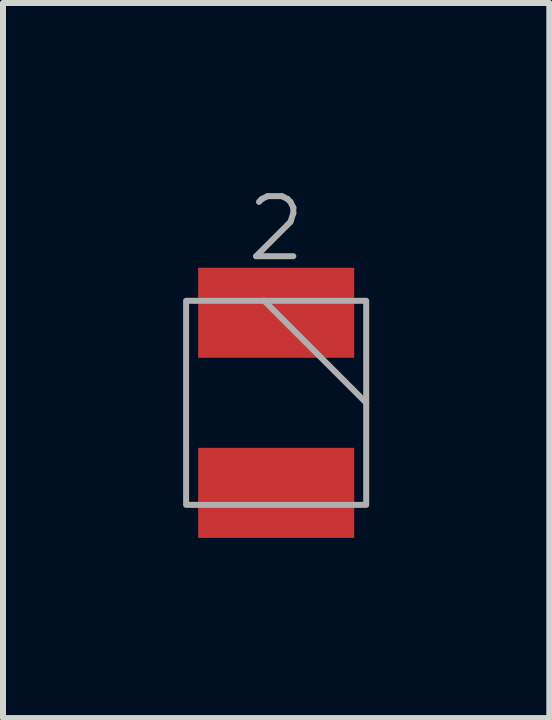
<source format=kicad_pcb>
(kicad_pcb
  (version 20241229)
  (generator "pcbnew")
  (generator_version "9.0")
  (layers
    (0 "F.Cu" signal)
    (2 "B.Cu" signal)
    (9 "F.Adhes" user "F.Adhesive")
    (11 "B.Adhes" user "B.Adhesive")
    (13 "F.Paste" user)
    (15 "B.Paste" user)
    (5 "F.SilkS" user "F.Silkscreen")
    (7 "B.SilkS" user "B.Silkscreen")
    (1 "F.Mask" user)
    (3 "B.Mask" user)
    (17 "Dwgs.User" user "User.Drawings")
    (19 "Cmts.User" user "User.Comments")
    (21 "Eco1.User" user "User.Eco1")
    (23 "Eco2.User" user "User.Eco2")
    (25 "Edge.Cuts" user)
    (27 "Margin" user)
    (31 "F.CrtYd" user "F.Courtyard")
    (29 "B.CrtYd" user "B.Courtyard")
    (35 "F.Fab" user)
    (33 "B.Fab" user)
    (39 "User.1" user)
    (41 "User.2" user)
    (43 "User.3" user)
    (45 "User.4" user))
  (footprint "2"
    (layer "F.Cu")
    (at 1.55 3.66)
    (property "Reference" "2" (at 0 -2.9 0) (unlocked yes) (layer "F.Fab") (effects (font (size 1 1) (thickness 0.1))))
    (attr smd)
    (fp_line (start -0.2 -1.7) (end 1.5 0) (stroke (width 0.1) (type default)) (layer "F.Fab"))
    (fp_rect (start -1.5 1.7) (end 1.5 -1.7) (stroke (width 0.1) (type default)) (fill no) (layer "F.Fab"))
    (pad "1" smd rect (at 0 -1.5) (size 2.6 1.5) (layers "F.Cu" "F.Mask" "F.Paste"))
    (pad "2" smd rect (at 0 1.5) (size 2.6 1.5) (layers "F.Cu" "F.Mask" "F.Paste")))
  (gr_rect
    (start -3 -3)
    (end 6.1 8.911)
    (stroke (width 0.1) (type default))
    (fill no)
    (layer "Edge.Cuts")))
</source>
